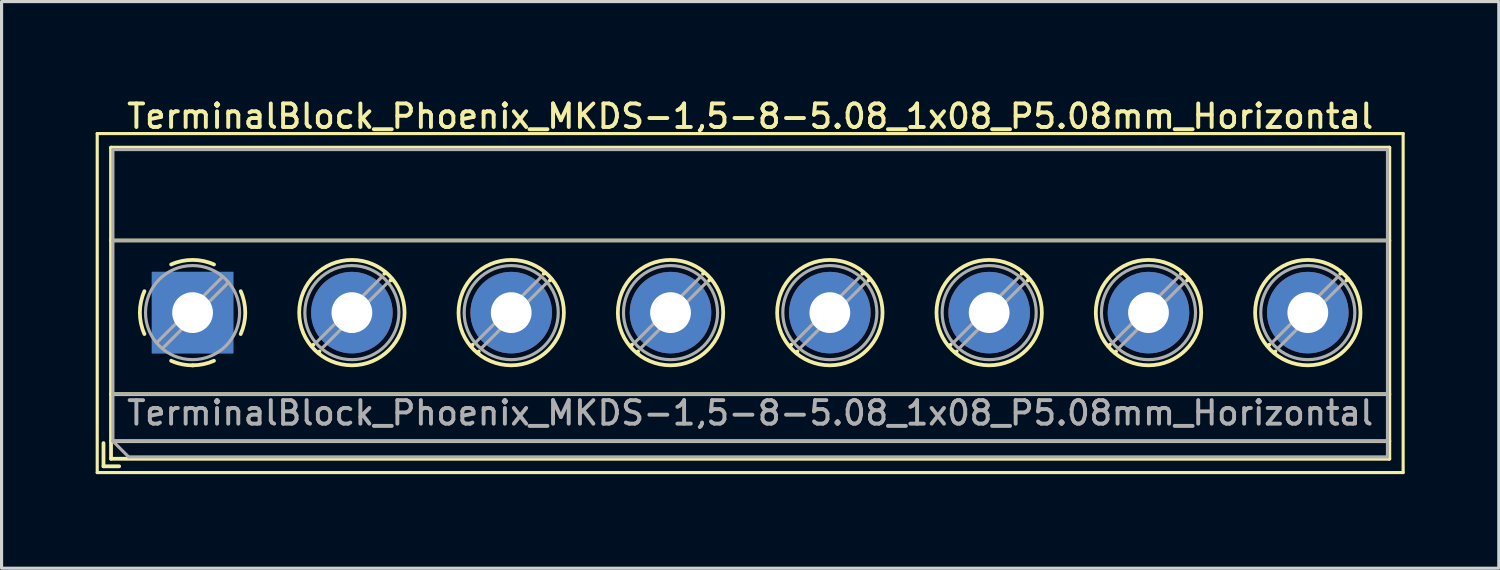
<source format=kicad_pcb>
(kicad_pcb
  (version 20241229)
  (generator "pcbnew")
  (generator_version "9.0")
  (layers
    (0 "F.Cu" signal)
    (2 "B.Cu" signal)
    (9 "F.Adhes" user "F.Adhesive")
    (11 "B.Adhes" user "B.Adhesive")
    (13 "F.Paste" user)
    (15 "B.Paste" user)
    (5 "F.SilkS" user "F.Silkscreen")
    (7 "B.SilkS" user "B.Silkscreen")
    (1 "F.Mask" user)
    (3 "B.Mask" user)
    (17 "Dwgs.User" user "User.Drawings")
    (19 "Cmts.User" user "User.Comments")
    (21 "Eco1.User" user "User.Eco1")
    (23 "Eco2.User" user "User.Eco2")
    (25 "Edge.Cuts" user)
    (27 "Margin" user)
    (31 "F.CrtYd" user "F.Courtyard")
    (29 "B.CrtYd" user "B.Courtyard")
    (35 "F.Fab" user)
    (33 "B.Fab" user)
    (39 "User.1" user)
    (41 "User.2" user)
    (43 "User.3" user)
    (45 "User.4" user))
  (footprint "TerminalBlock_Phoenix_MKDS-1,5-8-5.08_1x08_P5.08mm_Horizontal"
    (layer "F.Cu")
    (at 3.09 6.918)
    (property "Reference" "TerminalBlock_Phoenix_MKDS-1,5-8-5.08_1x08_P5.08mm_Horizontal" (at 17.78 -6.26 0) (layer "F.SilkS") (effects (font (size 0.75 0.75) (thickness 0.125))))
    (attr through_hole)
    (fp_line (start -3.04 -5.71) (end -3.04 5.1) (stroke (width 0.1) (type solid)) (layer "F.SilkS"))
    (fp_line (start -3.04 5.1) (end 38.6 5.1) (stroke (width 0.1) (type solid)) (layer "F.SilkS"))
    (fp_line (start -2.84 4.16) (end -2.84 4.9) (stroke (width 0.12) (type solid)) (layer "F.SilkS"))
    (fp_line (start -2.84 4.9) (end -2.34 4.9) (stroke (width 0.12) (type solid)) (layer "F.SilkS"))
    (fp_line (start -2.6 -5.261) (end -2.6 4.66) (stroke (width 0.12) (type solid)) (layer "F.SilkS"))
    (fp_line (start -2.6 -5.261) (end 38.16 -5.261) (stroke (width 0.12) (type solid)) (layer "F.SilkS"))
    (fp_line (start -2.6 -2.301) (end 38.16 -2.301) (stroke (width 0.12) (type solid)) (layer "F.SilkS"))
    (fp_line (start -2.6 2.6) (end 38.16 2.6) (stroke (width 0.12) (type solid)) (layer "F.SilkS"))
    (fp_line (start -2.6 4.1) (end 38.16 4.1) (stroke (width 0.12) (type solid)) (layer "F.SilkS"))
    (fp_line (start -2.6 4.66) (end 38.16 4.66) (stroke (width 0.12) (type solid)) (layer "F.SilkS"))
    (fp_line (start 3.853 1.023) (end 3.806 1.069) (stroke (width 0.12) (type solid)) (layer "F.SilkS"))
    (fp_line (start 4.046 1.239) (end 4.011 1.274) (stroke (width 0.12) (type solid)) (layer "F.SilkS"))
    (fp_line (start 6.15 -1.275) (end 6.115 -1.239) (stroke (width 0.12) (type solid)) (layer "F.SilkS"))
    (fp_line (start 6.355 -1.069) (end 6.308 -1.023) (stroke (width 0.12) (type solid)) (layer "F.SilkS"))
    (fp_line (start 8.933 1.023) (end 8.886 1.069) (stroke (width 0.12) (type solid)) (layer "F.SilkS"))
    (fp_line (start 9.126 1.239) (end 9.091 1.274) (stroke (width 0.12) (type solid)) (layer "F.SilkS"))
    (fp_line (start 11.23 -1.275) (end 11.195 -1.239) (stroke (width 0.12) (type solid)) (layer "F.SilkS"))
    (fp_line (start 11.435 -1.069) (end 11.388 -1.023) (stroke (width 0.12) (type solid)) (layer "F.SilkS"))
    (fp_line (start 14.013 1.023) (end 13.966 1.069) (stroke (width 0.12) (type solid)) (layer "F.SilkS"))
    (fp_line (start 14.206 1.239) (end 14.171 1.274) (stroke (width 0.12) (type solid)) (layer "F.SilkS"))
    (fp_line (start 16.31 -1.275) (end 16.275 -1.239) (stroke (width 0.12) (type solid)) (layer "F.SilkS"))
    (fp_line (start 16.515 -1.069) (end 16.468 -1.023) (stroke (width 0.12) (type solid)) (layer "F.SilkS"))
    (fp_line (start 19.093 1.023) (end 19.046 1.069) (stroke (width 0.12) (type solid)) (layer "F.SilkS"))
    (fp_line (start 19.286 1.239) (end 19.251 1.274) (stroke (width 0.12) (type solid)) (layer "F.SilkS"))
    (fp_line (start 21.39 -1.275) (end 21.355 -1.239) (stroke (width 0.12) (type solid)) (layer "F.SilkS"))
    (fp_line (start 21.595 -1.069) (end 21.548 -1.023) (stroke (width 0.12) (type solid)) (layer "F.SilkS"))
    (fp_line (start 24.173 1.023) (end 24.126 1.069) (stroke (width 0.12) (type solid)) (layer "F.SilkS"))
    (fp_line (start 24.366 1.239) (end 24.331 1.274) (stroke (width 0.12) (type solid)) (layer "F.SilkS"))
    (fp_line (start 26.47 -1.275) (end 26.435 -1.239) (stroke (width 0.12) (type solid)) (layer "F.SilkS"))
    (fp_line (start 26.675 -1.069) (end 26.628 -1.023) (stroke (width 0.12) (type solid)) (layer "F.SilkS"))
    (fp_line (start 29.253 1.023) (end 29.206 1.069) (stroke (width 0.12) (type solid)) (layer "F.SilkS"))
    (fp_line (start 29.446 1.239) (end 29.411 1.274) (stroke (width 0.12) (type solid)) (layer "F.SilkS"))
    (fp_line (start 31.55 -1.275) (end 31.515 -1.239) (stroke (width 0.12) (type solid)) (layer "F.SilkS"))
    (fp_line (start 31.755 -1.069) (end 31.708 -1.023) (stroke (width 0.12) (type solid)) (layer "F.SilkS"))
    (fp_line (start 34.333 1.023) (end 34.286 1.069) (stroke (width 0.12) (type solid)) (layer "F.SilkS"))
    (fp_line (start 34.526 1.239) (end 34.491 1.274) (stroke (width 0.12) (type solid)) (layer "F.SilkS"))
    (fp_line (start 36.63 -1.275) (end 36.595 -1.239) (stroke (width 0.12) (type solid)) (layer "F.SilkS"))
    (fp_line (start 36.835 -1.069) (end 36.788 -1.023) (stroke (width 0.12) (type solid)) (layer "F.SilkS"))
    (fp_line (start 38.16 -5.261) (end 38.16 4.66) (stroke (width 0.12) (type solid)) (layer "F.SilkS"))
    (fp_line (start 38.6 -5.71) (end -3.04 -5.71) (stroke (width 0.1) (type solid)) (layer "F.SilkS"))
    (fp_line (start 38.6 5.1) (end 38.6 -5.71) (stroke (width 0.1) (type solid)) (layer "F.SilkS"))
    (fp_arc (start -1.535427 0.683042) (mid -1.680501 -0.000524) (end -1.535 -0.684) (stroke (width 0.12) (type solid)) (layer "F.SilkS"))
    (fp_arc (start -0.683042 -1.535427) (mid 0.000524 -1.680501) (end 0.684 -1.535) (stroke (width 0.12) (type solid)) (layer "F.SilkS"))
    (fp_arc (start 0.028805 1.680253) (mid -0.335551 1.646659) (end -0.684 1.535) (stroke (width 0.12) (type solid)) (layer "F.SilkS"))
    (fp_arc (start 0.683318 1.534756) (mid 0.349292 1.643288) (end 0 1.68) (stroke (width 0.12) (type solid)) (layer "F.SilkS"))
    (fp_arc (start 1.535427 -0.683042) (mid 1.680501 0.000524) (end 1.535 0.684) (stroke (width 0.12) (type solid)) (layer "F.SilkS"))
    (fp_circle (center 5.08 0) (end 6.76 0) (stroke (width 0.12) (type solid)) (fill no) (layer "F.SilkS"))
    (fp_circle (center 10.16 0) (end 11.84 0) (stroke (width 0.12) (type solid)) (fill no) (layer "F.SilkS"))
    (fp_circle (center 15.24 0) (end 16.92 0) (stroke (width 0.12) (type solid)) (fill no) (layer "F.SilkS"))
    (fp_circle (center 20.32 0) (end 22 0) (stroke (width 0.12) (type solid)) (fill no) (layer "F.SilkS"))
    (fp_circle (center 25.4 0) (end 27.08 0) (stroke (width 0.12) (type solid)) (fill no) (layer "F.SilkS"))
    (fp_circle (center 30.48 0) (end 32.16 0) (stroke (width 0.12) (type solid)) (fill no) (layer "F.SilkS"))
    (fp_circle (center 35.56 0) (end 37.24 0) (stroke (width 0.12) (type solid)) (fill no) (layer "F.SilkS"))
    (fp_line (start -2.54 -5.2) (end 38.1 -5.2) (stroke (width 0.1) (type solid)) (layer "F.Fab"))
    (fp_line (start -2.54 -2.3) (end 38.1 -2.3) (stroke (width 0.1) (type solid)) (layer "F.Fab"))
    (fp_line (start -2.54 2.6) (end 38.1 2.6) (stroke (width 0.1) (type solid)) (layer "F.Fab"))
    (fp_line (start -2.54 4.1) (end -2.54 -5.2) (stroke (width 0.1) (type solid)) (layer "F.Fab"))
    (fp_line (start -2.54 4.1) (end 38.1 4.1) (stroke (width 0.1) (type solid)) (layer "F.Fab"))
    (fp_line (start -2.04 4.6) (end -2.54 4.1) (stroke (width 0.1) (type solid)) (layer "F.Fab"))
    (fp_line (start 0.955 -1.138) (end -1.138 0.955) (stroke (width 0.1) (type solid)) (layer "F.Fab"))
    (fp_line (start 1.138 -0.955) (end -0.955 1.138) (stroke (width 0.1) (type solid)) (layer "F.Fab"))
    (fp_line (start 6.035 -1.138) (end 3.943 0.955) (stroke (width 0.1) (type solid)) (layer "F.Fab"))
    (fp_line (start 6.218 -0.955) (end 4.126 1.138) (stroke (width 0.1) (type solid)) (layer "F.Fab"))
    (fp_line (start 11.115 -1.138) (end 9.023 0.955) (stroke (width 0.1) (type solid)) (layer "F.Fab"))
    (fp_line (start 11.298 -0.955) (end 9.206 1.138) (stroke (width 0.1) (type solid)) (layer "F.Fab"))
    (fp_line (start 16.195 -1.138) (end 14.103 0.955) (stroke (width 0.1) (type solid)) (layer "F.Fab"))
    (fp_line (start 16.378 -0.955) (end 14.286 1.138) (stroke (width 0.1) (type solid)) (layer "F.Fab"))
    (fp_line (start 21.275 -1.138) (end 19.183 0.955) (stroke (width 0.1) (type solid)) (layer "F.Fab"))
    (fp_line (start 21.458 -0.955) (end 19.366 1.138) (stroke (width 0.1) (type solid)) (layer "F.Fab"))
    (fp_line (start 26.355 -1.138) (end 24.263 0.955) (stroke (width 0.1) (type solid)) (layer "F.Fab"))
    (fp_line (start 26.538 -0.955) (end 24.446 1.138) (stroke (width 0.1) (type solid)) (layer "F.Fab"))
    (fp_line (start 31.435 -1.138) (end 29.343 0.955) (stroke (width 0.1) (type solid)) (layer "F.Fab"))
    (fp_line (start 31.618 -0.955) (end 29.526 1.138) (stroke (width 0.1) (type solid)) (layer "F.Fab"))
    (fp_line (start 36.515 -1.138) (end 34.423 0.955) (stroke (width 0.1) (type solid)) (layer "F.Fab"))
    (fp_line (start 36.698 -0.955) (end 34.606 1.138) (stroke (width 0.1) (type solid)) (layer "F.Fab"))
    (fp_line (start 38.1 -5.2) (end 38.1 4.6) (stroke (width 0.1) (type solid)) (layer "F.Fab"))
    (fp_line (start 38.1 4.6) (end -2.04 4.6) (stroke (width 0.1) (type solid)) (layer "F.Fab"))
    (fp_circle (center 0 0) (end 1.5 0) (stroke (width 0.1) (type solid)) (fill no) (layer "F.Fab"))
    (fp_circle (center 5.08 0) (end 6.58 0) (stroke (width 0.1) (type solid)) (fill no) (layer "F.Fab"))
    (fp_circle (center 10.16 0) (end 11.66 0) (stroke (width 0.1) (type solid)) (fill no) (layer "F.Fab"))
    (fp_circle (center 15.24 0) (end 16.74 0) (stroke (width 0.1) (type solid)) (fill no) (layer "F.Fab"))
    (fp_circle (center 20.32 0) (end 21.82 0) (stroke (width 0.1) (type solid)) (fill no) (layer "F.Fab"))
    (fp_circle (center 25.4 0) (end 26.9 0) (stroke (width 0.1) (type solid)) (fill no) (layer "F.Fab"))
    (fp_circle (center 30.48 0) (end 31.98 0) (stroke (width 0.1) (type solid)) (fill no) (layer "F.Fab"))
    (fp_circle (center 35.56 0) (end 37.06 0) (stroke (width 0.1) (type solid)) (fill no) (layer "F.Fab"))
    (fp_text user "${REFERENCE}" (at 17.78 3.2 0) (layer "F.Fab") (effects (font (size 0.75 0.75) (thickness 0.125))))
    (pad "1" thru_hole rect (at 0 0) (size 2.6 2.6) (drill 1.3) (layers "*.Cu" "*.Mask"))
    (pad "2" thru_hole circle (at 5.08 0) (size 2.6 2.6) (drill 1.3) (layers "*.Cu" "*.Mask"))
    (pad "3" thru_hole circle (at 10.16 0) (size 2.6 2.6) (drill 1.3) (layers "*.Cu" "*.Mask"))
    (pad "4" thru_hole circle (at 15.24 0) (size 2.6 2.6) (drill 1.3) (layers "*.Cu" "*.Mask"))
    (pad "5" thru_hole circle (at 20.32 0) (size 2.6 2.6) (drill 1.3) (layers "*.Cu" "*.Mask"))
    (pad "6" thru_hole circle (at 25.4 0) (size 2.6 2.6) (drill 1.3) (layers "*.Cu" "*.Mask"))
    (pad "7" thru_hole circle (at 30.48 0) (size 2.6 2.6) (drill 1.3) (layers "*.Cu" "*.Mask"))
    (pad "8" thru_hole circle (at 35.56 0) (size 2.6 2.6) (drill 1.3) (layers "*.Cu" "*.Mask")))
  (gr_rect
    (start -3 -3)
    (end 44.74 15.068)
    (stroke (width 0.1) (type default))
    (fill no)
    (layer "Edge.Cuts")))
</source>
